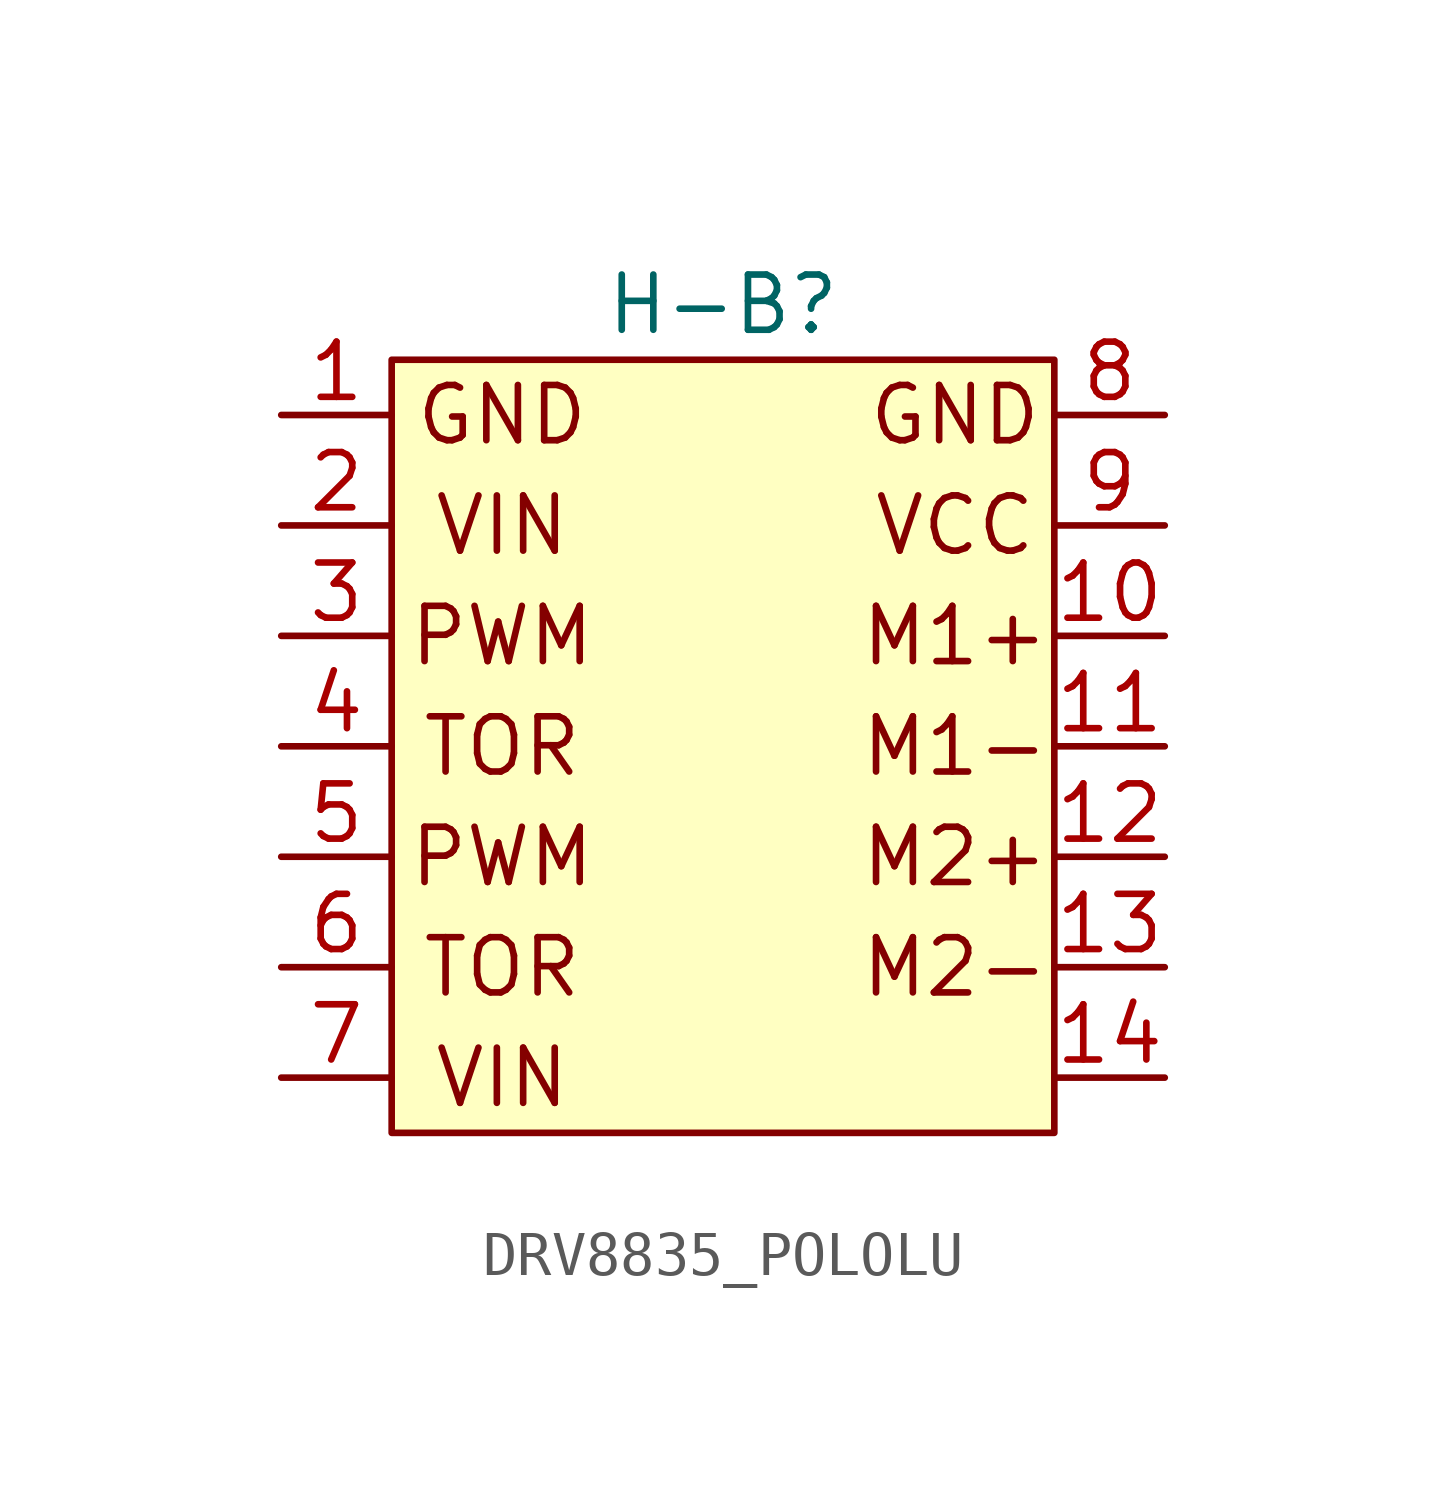
<source format=kicad_sym>
(kicad_symbol_lib
  (version 20231120)
  (generator "kicad_symbol_editor")
  (generator_version "8.0")
  (symbol "DRV8835_POLOLU"
    (property "Reference" "H-B"
      (at 0 10.16 0)
      (effects (font (size 1.27 1.27))))
    (property "Value" ""
      (at 0 8.89 0)
      (effects (font (size 1.27 1.27))))
    (symbol "DRV8835_POLOLU_0_1"
      (rectangle (start -7.62 8.89) (end 7.62 -8.89) (stroke (width 0) (type default)) (fill (type background))))
    (symbol "DRV8835_POLOLU_1_1"
      (text "GND" (at -5.08 7.62 0) (effects (font (size 1.27 1.27))))
      (text "GND" (at 5.334 7.62 0) (effects (font (size 1.27 1.27))))
      (text "M1+" (at 5.334 2.54 0) (effects (font (size 1.27 1.27))))
      (text "M1-" (at 5.334 0 0) (effects (font (size 1.27 1.27))))
      (text "M2+" (at 5.334 -2.54 0) (effects (font (size 1.27 1.27))))
      (text "M2-" (at 5.334 -5.08 0) (effects (font (size 1.27 1.27))))
      (text "PWM" (at -5.08 -2.54 0) (effects (font (size 1.27 1.27))))
      (text "PWM" (at -5.08 2.54 0) (effects (font (size 1.27 1.27))))
      (text "TOR" (at -5.08 -5.08 0) (effects (font (size 1.27 1.27))))
      (text "TOR" (at -5.08 0 0) (effects (font (size 1.27 1.27))))
      (text "VCC" (at 5.334 5.08 0) (effects (font (size 1.27 1.27))))
      (text "VIN" (at -5.08 -7.62 0) (effects (font (size 1.27 1.27))))
      (text "VIN" (at -5.08 5.08 0) (effects (font (size 1.27 1.27))))
      (pin input line (at -10.16 7.62 0) (length 2.54) (name "" (effects (font (size 1.27 1.27)))) (number "1" (effects (font (size 1.27 1.27)))))
      (pin output line (at 10.16 2.54 180) (length 2.54) (name "" (effects (font (size 1.27 1.27)))) (number "10" (effects (font (size 1.27 1.27)))))
      (pin output line (at 10.16 0 180) (length 2.54) (name "" (effects (font (size 1.27 1.27)))) (number "11" (effects (font (size 1.27 1.27)))))
      (pin output line (at 10.16 -2.54 180) (length 2.54) (name "" (effects (font (size 1.27 1.27)))) (number "12" (effects (font (size 1.27 1.27)))))
      (pin output line (at 10.16 -5.08 180) (length 2.54) (name "" (effects (font (size 1.27 1.27)))) (number "13" (effects (font (size 1.27 1.27)))))
      (pin output line (at 10.16 -7.62 180) (length 2.54) (name "" (effects (font (size 1.27 1.27)))) (number "14" (effects (font (size 1.27 1.27)))))
      (pin input line (at -10.16 5.08 0) (length 2.54) (name "" (effects (font (size 1.27 1.27)))) (number "2" (effects (font (size 1.27 1.27)))))
      (pin input line (at -10.16 2.54 0) (length 2.54) (name "" (effects (font (size 1.27 1.27)))) (number "3" (effects (font (size 1.27 1.27)))))
      (pin input line (at -10.16 0 0) (length 2.54) (name "" (effects (font (size 1.27 1.27)))) (number "4" (effects (font (size 1.27 1.27)))))
      (pin input line (at -10.16 -2.54 0) (length 2.54) (name "" (effects (font (size 1.27 1.27)))) (number "5" (effects (font (size 1.27 1.27)))))
      (pin input line (at -10.16 -5.08 0) (length 2.54) (name "" (effects (font (size 1.27 1.27)))) (number "6" (effects (font (size 1.27 1.27)))))
      (pin input line (at -10.16 -7.62 0) (length 2.54) (name "" (effects (font (size 1.27 1.27)))) (number "7" (effects (font (size 1.27 1.27)))))
      (pin input line (at 10.16 7.62 180) (length 2.54) (name "" (effects (font (size 1.27 1.27)))) (number "8" (effects (font (size 1.27 1.27)))))
      (pin input line (at 10.16 5.08 180) (length 2.54) (name "" (effects (font (size 1.27 1.27)))) (number "9" (effects (font (size 1.27 1.27))))))))
</source>
